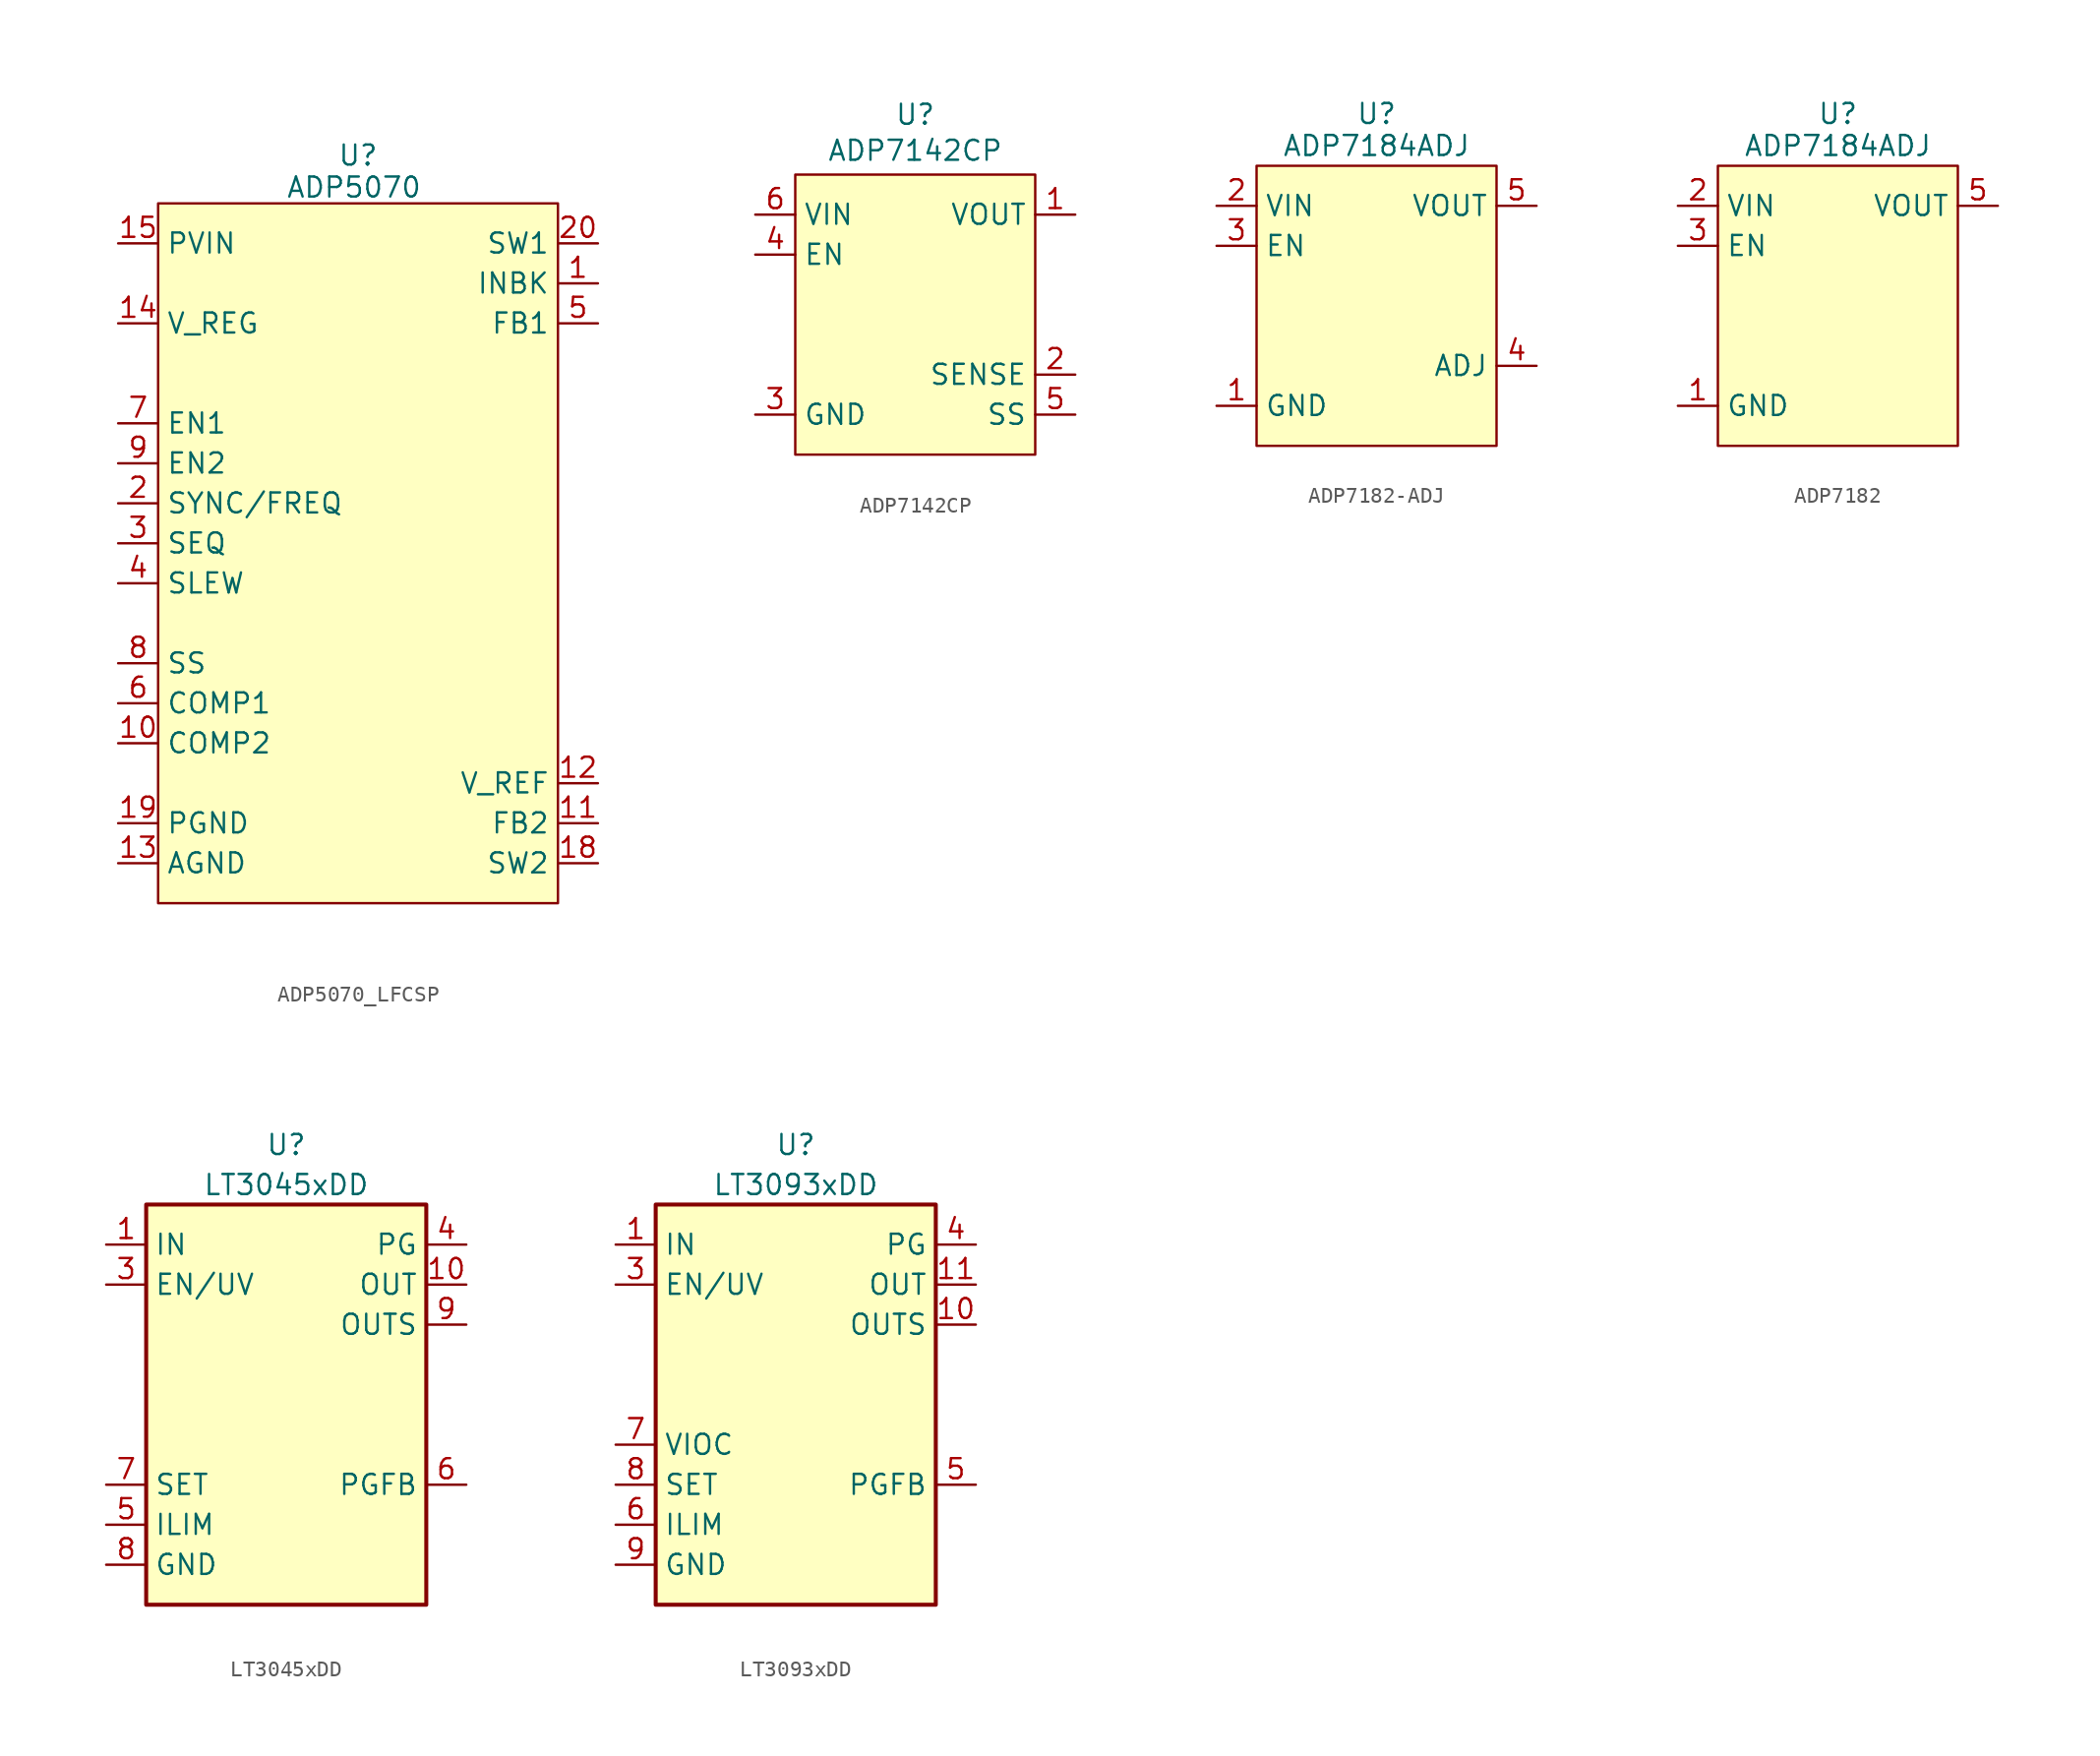
<source format=kicad_sym>
(kicad_symbol_lib
  (version 20231120)
  (generator "kicad_symbol_editor")
  (generator_version "8.0")
  (symbol "ADP5070_LFCSP"
    (property "Reference" "U"
      (at 0 3.048 0)
      (effects (font (size 1.27 1.27))))
    (property "Value" "ADP5070"
      (at -0.254 1.016 0)
      (effects (font (size 1.27 1.27))))
    (symbol "ADP5070_LFCSP_1_1"
      (rectangle (start -12.7 0) (end 12.7 -44.45) (stroke (width 0) (type default)) (fill (type background)))
      (pin bidirectional line (at 15.24 -5.08 180) (length 2.54) (name "INBK" (effects (font (size 1.27 1.27)))) (number "1" (effects (font (size 1.27 1.27)))))
      (pin bidirectional line (at -15.24 -34.29 0) (length 2.54) (name "COMP2" (effects (font (size 1.27 1.27)))) (number "10" (effects (font (size 1.27 1.27)))))
      (pin input line (at 15.24 -39.37 180) (length 2.54) (name "FB2" (effects (font (size 1.27 1.27)))) (number "11" (effects (font (size 1.27 1.27)))))
      (pin output line (at 15.24 -36.83 180) (length 2.54) (name "V_REF" (effects (font (size 1.27 1.27)))) (number "12" (effects (font (size 1.27 1.27)))))
      (pin passive line (at -15.24 -41.91 0) (length 2.54) (name "AGND" (effects (font (size 1.27 1.27)))) (number "13" (effects (font (size 1.27 1.27)))))
      (pin output line (at -15.24 -7.62 0) (length 2.54) (name "V_REG" (effects (font (size 1.27 1.27)))) (number "14" (effects (font (size 1.27 1.27)))))
      (pin power_in line (at -15.24 -2.54 0) (length 2.54) (name "PVIN" (effects (font (size 1.27 1.27)))) (number "15" (effects (font (size 1.27 1.27)))))
      (pin input line (at -15.24 -2.54 0) (length 2.54) hide (name "PVIN" (effects (font (size 1.27 1.27)))) (number "16" (effects (font (size 1.27 1.27)))))
      (pin input line (at -15.24 -2.54 0) (length 2.54) hide (name "PVIN" (effects (font (size 1.27 1.27)))) (number "17" (effects (font (size 1.27 1.27)))))
      (pin power_out line (at 15.24 -41.91 180) (length 2.54) (name "SW2" (effects (font (size 1.27 1.27)))) (number "18" (effects (font (size 1.27 1.27)))))
      (pin passive line (at -15.24 -39.37 0) (length 2.54) (name "PGND" (effects (font (size 1.27 1.27)))) (number "19" (effects (font (size 1.27 1.27)))))
      (pin input line (at -15.24 -19.05 0) (length 2.54) (name "SYNC/FREQ" (effects (font (size 1.27 1.27)))) (number "2" (effects (font (size 1.27 1.27)))))
      (pin power_out line (at 15.24 -2.54 180) (length 2.54) (name "SW1" (effects (font (size 1.27 1.27)))) (number "20" (effects (font (size 1.27 1.27)))))
      (pin passive line (at -15.24 -41.91 0) (length 2.54) hide (name "AGND" (effects (font (size 1.27 1.27)))) (number "21" (effects (font (size 1.27 1.27)))))
      (pin bidirectional line (at -15.24 -21.59 0) (length 2.54) (name "SEQ" (effects (font (size 1.27 1.27)))) (number "3" (effects (font (size 1.27 1.27)))))
      (pin bidirectional line (at -15.24 -24.13 0) (length 2.54) (name "SLEW" (effects (font (size 1.27 1.27)))) (number "4" (effects (font (size 1.27 1.27)))))
      (pin input line (at 15.24 -7.62 180) (length 2.54) (name "FB1" (effects (font (size 1.27 1.27)))) (number "5" (effects (font (size 1.27 1.27)))))
      (pin bidirectional line (at -15.24 -31.75 0) (length 2.54) (name "COMP1" (effects (font (size 1.27 1.27)))) (number "6" (effects (font (size 1.27 1.27)))))
      (pin input line (at -15.24 -13.97 0) (length 2.54) (name "EN1" (effects (font (size 1.27 1.27)))) (number "7" (effects (font (size 1.27 1.27)))))
      (pin input line (at -15.24 -29.21 0) (length 2.54) (name "SS" (effects (font (size 1.27 1.27)))) (number "8" (effects (font (size 1.27 1.27)))))
      (pin input line (at -15.24 -16.51 0) (length 2.54) (name "EN2" (effects (font (size 1.27 1.27)))) (number "9" (effects (font (size 1.27 1.27)))))))
  (symbol "ADP7142CP"
    (property "Reference" "U"
      (at 0 3.81 0)
      (effects (font (size 1.27 1.27))))
    (property "Value" "ADP7142CP"
      (at 0 1.524 0)
      (effects (font (size 1.27 1.27))))
    (symbol "ADP7142CP_1_1"
      (rectangle (start -7.62 0) (end 7.62 -17.78) (stroke (width 0) (type default)) (fill (type background)))
      (pin power_out line (at 10.16 -2.54 180) (length 2.54) (name "VOUT" (effects (font (size 1.27 1.27)))) (number "1" (effects (font (size 1.27 1.27)))))
      (pin input line (at 10.16 -12.7 180) (length 2.54) (name "SENSE" (effects (font (size 1.27 1.27)))) (number "2" (effects (font (size 1.27 1.27)))))
      (pin passive line (at -10.16 -15.24 0) (length 2.54) (name "GND" (effects (font (size 1.27 1.27)))) (number "3" (effects (font (size 1.27 1.27)))))
      (pin input line (at -10.16 -5.08 0) (length 2.54) (name "EN" (effects (font (size 1.27 1.27)))) (number "4" (effects (font (size 1.27 1.27)))))
      (pin input line (at 10.16 -15.24 180) (length 2.54) (name "SS" (effects (font (size 1.27 1.27)))) (number "5" (effects (font (size 1.27 1.27)))))
      (pin power_in line (at -10.16 -2.54 0) (length 2.54) (name "VIN" (effects (font (size 1.27 1.27)))) (number "6" (effects (font (size 1.27 1.27)))))
      (pin passive line (at -10.16 -15.24 0) (length 2.54) hide (name "GND" (effects (font (size 1.27 1.27)))) (number "7" (effects (font (size 1.27 1.27)))))))
  (symbol "ADP7182-ADJ"
    (property "Reference" "U"
      (at 0 3.302 0)
      (effects (font (size 1.27 1.27))))
    (property "Value" "ADP7184ADJ"
      (at 0 1.27 0)
      (effects (font (size 1.27 1.27))))
    (symbol "ADP7182-ADJ_1_1"
      (rectangle (start -7.62 0) (end 7.62 -17.78) (stroke (width 0) (type default)) (fill (type background)))
      (pin passive line (at -10.16 -15.24 0) (length 2.54) (name "GND" (effects (font (size 1.27 1.27)))) (number "1" (effects (font (size 1.27 1.27)))))
      (pin power_in line (at -10.16 -2.54 0) (length 2.54) (name "VIN" (effects (font (size 1.27 1.27)))) (number "2" (effects (font (size 1.27 1.27)))))
      (pin input line (at -10.16 -5.08 0) (length 2.54) (name "EN" (effects (font (size 1.27 1.27)))) (number "3" (effects (font (size 1.27 1.27)))))
      (pin input line (at 10.16 -12.7 180) (length 2.54) (name "ADJ" (effects (font (size 1.27 1.27)))) (number "4" (effects (font (size 1.27 1.27)))))
      (pin power_out line (at 10.16 -2.54 180) (length 2.54) (name "VOUT" (effects (font (size 1.27 1.27)))) (number "5" (effects (font (size 1.27 1.27)))))))
  (symbol "ADP7182"
    (property "Reference" "U"
      (at 0 3.302 0)
      (effects (font (size 1.27 1.27))))
    (property "Value" "ADP7184ADJ"
      (at 0 1.27 0)
      (effects (font (size 1.27 1.27))))
    (symbol "ADP7182_1_1"
      (rectangle (start -7.62 0) (end 7.62 -17.78) (stroke (width 0) (type default)) (fill (type background)))
      (pin passive line (at -10.16 -15.24 0) (length 2.54) (name "GND" (effects (font (size 1.27 1.27)))) (number "1" (effects (font (size 1.27 1.27)))))
      (pin power_in line (at -10.16 -2.54 0) (length 2.54) (name "VIN" (effects (font (size 1.27 1.27)))) (number "2" (effects (font (size 1.27 1.27)))))
      (pin input line (at -10.16 -5.08 0) (length 2.54) (name "EN" (effects (font (size 1.27 1.27)))) (number "3" (effects (font (size 1.27 1.27)))))
      (pin no_connect line (at 10.16 -12.7 180) (length 2.54) hide (name "NC" (effects (font (size 1.27 1.27)))) (number "4" (effects (font (size 1.27 1.27)))))
      (pin power_out line (at 10.16 -2.54 180) (length 2.54) (name "VOUT" (effects (font (size 1.27 1.27)))) (number "5" (effects (font (size 1.27 1.27)))))))
  (symbol "LT3045xDD"
    (property "Reference" "U"
      (at 0 3.048 0)
      (effects (font (size 1.27 1.27)) (justify bottom)))
    (property "Value" "LT3045xDD"
      (at 0 0.508 0)
      (effects (font (size 1.27 1.27)) (justify bottom)))
    (symbol "LT3045xDD_0_1"
      (rectangle (start -8.89 0) (end 8.89 -25.4) (stroke (width 0.254) (type default)) (fill (type background))))
    (symbol "LT3045xDD_1_0"
      (pin passive line (at -11.43 -22.86 0) (length 2.54) hide (name "GND" (effects (font (size 1.27 1.27)))) (number "11" (effects (font (size 1.27 1.27))))))
    (symbol "LT3045xDD_1_1"
      (pin power_in line (at -11.43 -2.54 0) (length 2.54) (name "IN" (effects (font (size 1.27 1.27)))) (number "1" (effects (font (size 1.27 1.27)))))
      (pin power_out line (at 11.43 -5.08 180) (length 2.54) (name "OUT" (effects (font (size 1.27 1.27)))) (number "10" (effects (font (size 1.27 1.27)))))
      (pin passive line (at -11.43 -2.54 0) (length 2.54) hide (name "IN" (effects (font (size 1.27 1.27)))) (number "2" (effects (font (size 1.27 1.27)))))
      (pin input line (at -11.43 -5.08 0) (length 2.54) (name "EN/UV" (effects (font (size 1.27 1.27)))) (number "3" (effects (font (size 1.27 1.27)))))
      (pin open_collector line (at 11.43 -2.54 180) (length 2.54) (name "PG" (effects (font (size 1.27 1.27)))) (number "4" (effects (font (size 1.27 1.27)))))
      (pin passive line (at -11.43 -20.32 0) (length 2.54) (name "ILIM" (effects (font (size 1.27 1.27)))) (number "5" (effects (font (size 1.27 1.27)))))
      (pin input line (at 11.43 -17.78 180) (length 2.54) (name "PGFB" (effects (font (size 1.27 1.27)))) (number "6" (effects (font (size 1.27 1.27)))))
      (pin passive line (at -11.43 -17.78 0) (length 2.54) (name "SET" (effects (font (size 1.27 1.27)))) (number "7" (effects (font (size 1.27 1.27)))))
      (pin passive line (at -11.43 -22.86 0) (length 2.54) (name "GND" (effects (font (size 1.27 1.27)))) (number "8" (effects (font (size 1.27 1.27)))))
      (pin input line (at 11.43 -7.62 180) (length 2.54) (name "OUTS" (effects (font (size 1.27 1.27)))) (number "9" (effects (font (size 1.27 1.27)))))))
  (symbol "LT3093xDD"
    (property "Reference" "U"
      (at 0 3.048 0)
      (effects (font (size 1.27 1.27)) (justify bottom)))
    (property "Value" "LT3093xDD"
      (at 0 0.508 0)
      (effects (font (size 1.27 1.27)) (justify bottom)))
    (symbol "LT3093xDD_0_0"
      (pin passive line (at 11.43 -5.08 180) (length 2.54) hide (name "OUT" (effects (font (size 1.27 1.27)))) (number "12" (effects (font (size 1.27 1.27)))))
      (pin passive line (at -11.43 -2.54 0) (length 2.54) hide (name "IN" (effects (font (size 1.27 1.27)))) (number "13" (effects (font (size 1.27 1.27))))))
    (symbol "LT3093xDD_0_1"
      (rectangle (start -8.89 0) (end 8.89 -25.4) (stroke (width 0.254) (type default)) (fill (type background))))
    (symbol "LT3093xDD_1_1"
      (pin power_in line (at -11.43 -2.54 0) (length 2.54) (name "IN" (effects (font (size 1.27 1.27)))) (number "1" (effects (font (size 1.27 1.27)))))
      (pin input line (at 11.43 -7.62 180) (length 2.54) (name "OUTS" (effects (font (size 1.27 1.27)))) (number "10" (effects (font (size 1.27 1.27)))))
      (pin power_out line (at 11.43 -5.08 180) (length 2.54) (name "OUT" (effects (font (size 1.27 1.27)))) (number "11" (effects (font (size 1.27 1.27)))))
      (pin passive line (at -11.43 -2.54 0) (length 2.54) hide (name "IN" (effects (font (size 1.27 1.27)))) (number "2" (effects (font (size 1.27 1.27)))))
      (pin input line (at -11.43 -5.08 0) (length 2.54) (name "EN/UV" (effects (font (size 1.27 1.27)))) (number "3" (effects (font (size 1.27 1.27)))))
      (pin open_collector line (at 11.43 -2.54 180) (length 2.54) (name "PG" (effects (font (size 1.27 1.27)))) (number "4" (effects (font (size 1.27 1.27)))))
      (pin input line (at 11.43 -17.78 180) (length 2.54) (name "PGFB" (effects (font (size 1.27 1.27)))) (number "5" (effects (font (size 1.27 1.27)))))
      (pin passive line (at -11.43 -20.32 0) (length 2.54) (name "ILIM" (effects (font (size 1.27 1.27)))) (number "6" (effects (font (size 1.27 1.27)))))
      (pin passive line (at -11.43 -15.24 0) (length 2.54) (name "VIOC" (effects (font (size 1.27 1.27)))) (number "7" (effects (font (size 1.27 1.27)))))
      (pin passive line (at -11.43 -17.78 0) (length 2.54) (name "SET" (effects (font (size 1.27 1.27)))) (number "8" (effects (font (size 1.27 1.27)))))
      (pin passive line (at -11.43 -22.86 0) (length 2.54) (name "GND" (effects (font (size 1.27 1.27)))) (number "9" (effects (font (size 1.27 1.27))))))))
</source>
